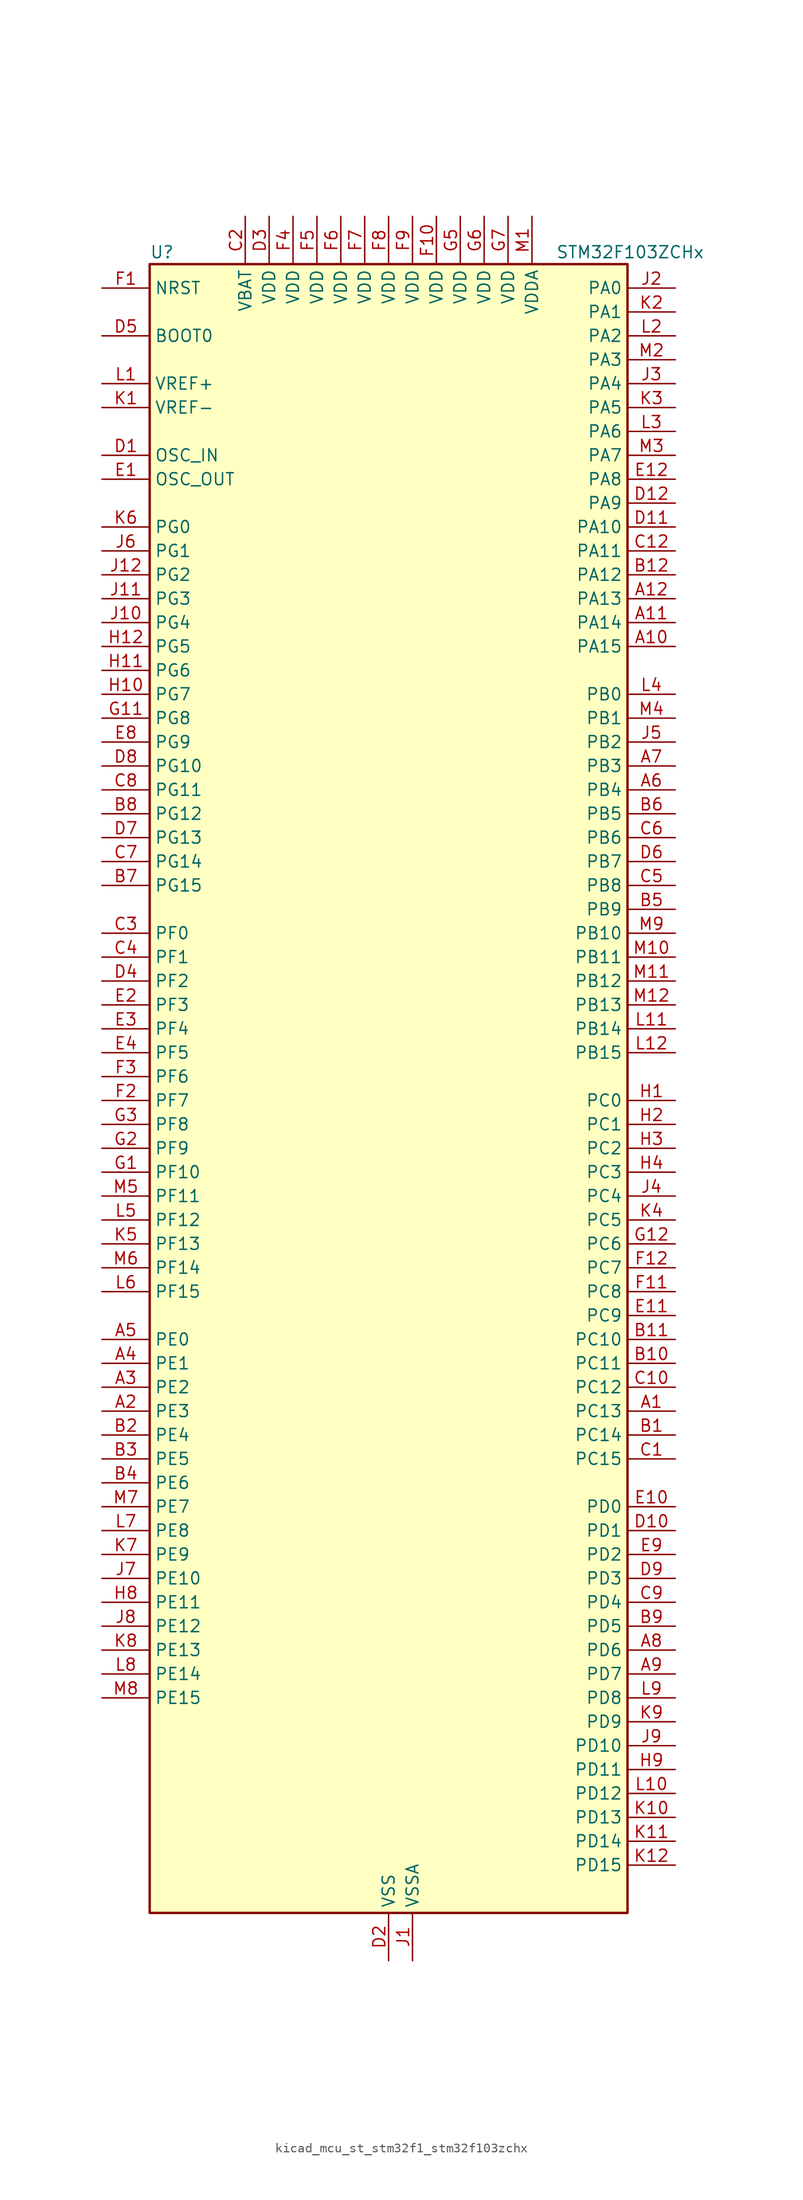
<source format=kicad_sym>
(kicad_symbol_lib
  (version 20220914)
  (generator kicad_symbol_editor)
  (symbol "kicad_mcu_st_stm32f1_stm32f103zchx"
    (property "Reference" "U"
      (at -25.4 90.17 0)
      (effects (font (size 1.27 1.27)) (justify left)))
    (property "Value" "STM32F103ZCHx"
      (at 17.78 90.17 0)
      (effects (font (size 1.27 1.27)) (justify left)))
    (property "ki_locked" ""
      (at 0 0 0)
      (effects (font (size 1.27 1.27))))
    (symbol "kicad_mcu_st_stm32f1_stm32f103zchx_0_1"
      (rectangle (start -25.4 -86.36) (end 25.4 88.9) (stroke (width 0.254) (type default)) (fill (type background))))
    (symbol "kicad_mcu_st_stm32f1_stm32f103zchx_1_1"
      (pin bidirectional line (at 30.48 -33.02 180) (length 5.08) (name "PC13" (effects (font (size 1.27 1.27)))) (number "A1" (effects (font (size 1.27 1.27)))) (alternate "RTC_OUT" bidirectional line) (alternate "RTC_TAMPER" bidirectional line))
      (pin bidirectional line (at 30.48 48.26 180) (length 5.08) (name "PA15" (effects (font (size 1.27 1.27)))) (number "A10" (effects (font (size 1.27 1.27)))) (alternate "ADC1_EXTI15" bidirectional line) (alternate "ADC2_EXTI15" bidirectional line) (alternate "I2S3_WS" bidirectional line) (alternate "SPI1_NSS" bidirectional line) (alternate "SPI3_NSS" bidirectional line) (alternate "SYS_JTDI" bidirectional line) (alternate "TIM2_CH1" bidirectional line) (alternate "TIM2_ETR" bidirectional line))
      (pin bidirectional line (at 30.48 50.8 180) (length 5.08) (name "PA14" (effects (font (size 1.27 1.27)))) (number "A11" (effects (font (size 1.27 1.27)))) (alternate "SYS_JTCK-SWCLK" bidirectional line))
      (pin bidirectional line (at 30.48 53.34 180) (length 5.08) (name "PA13" (effects (font (size 1.27 1.27)))) (number "A12" (effects (font (size 1.27 1.27)))) (alternate "SYS_JTMS-SWDIO" bidirectional line))
      (pin bidirectional line (at -30.48 -33.02 0) (length 5.08) (name "PE3" (effects (font (size 1.27 1.27)))) (number "A2" (effects (font (size 1.27 1.27)))) (alternate "FSMC_A19" bidirectional line) (alternate "SYS_TRACED0" bidirectional line))
      (pin bidirectional line (at -30.48 -30.48 0) (length 5.08) (name "PE2" (effects (font (size 1.27 1.27)))) (number "A3" (effects (font (size 1.27 1.27)))) (alternate "FSMC_A23" bidirectional line) (alternate "SYS_TRACECLK" bidirectional line))
      (pin bidirectional line (at -30.48 -27.94 0) (length 5.08) (name "PE1" (effects (font (size 1.27 1.27)))) (number "A4" (effects (font (size 1.27 1.27)))) (alternate "FSMC_NBL1" bidirectional line))
      (pin bidirectional line (at -30.48 -25.4 0) (length 5.08) (name "PE0" (effects (font (size 1.27 1.27)))) (number "A5" (effects (font (size 1.27 1.27)))) (alternate "FSMC_NBL0" bidirectional line) (alternate "TIM4_ETR" bidirectional line))
      (pin bidirectional line (at 30.48 33.02 180) (length 5.08) (name "PB4" (effects (font (size 1.27 1.27)))) (number "A6" (effects (font (size 1.27 1.27)))) (alternate "SPI1_MISO" bidirectional line) (alternate "SPI3_MISO" bidirectional line) (alternate "SYS_NJTRST" bidirectional line) (alternate "TIM3_CH1" bidirectional line))
      (pin bidirectional line (at 30.48 35.56 180) (length 5.08) (name "PB3" (effects (font (size 1.27 1.27)))) (number "A7" (effects (font (size 1.27 1.27)))) (alternate "I2S3_CK" bidirectional line) (alternate "SPI1_SCK" bidirectional line) (alternate "SPI3_SCK" bidirectional line) (alternate "SYS_JTDO-TRACESWO" bidirectional line) (alternate "TIM2_CH2" bidirectional line))
      (pin bidirectional line (at 30.48 -58.42 180) (length 5.08) (name "PD6" (effects (font (size 1.27 1.27)))) (number "A8" (effects (font (size 1.27 1.27)))) (alternate "FSMC_NWAIT" bidirectional line) (alternate "USART2_RX" bidirectional line))
      (pin bidirectional line (at 30.48 -60.96 180) (length 5.08) (name "PD7" (effects (font (size 1.27 1.27)))) (number "A9" (effects (font (size 1.27 1.27)))) (alternate "FSMC_NCE2" bidirectional line) (alternate "FSMC_NE1" bidirectional line) (alternate "USART2_CK" bidirectional line))
      (pin bidirectional line (at 30.48 -35.56 180) (length 5.08) (name "PC14" (effects (font (size 1.27 1.27)))) (number "B1" (effects (font (size 1.27 1.27)))) (alternate "RCC_OSC32_IN" bidirectional line))
      (pin bidirectional line (at 30.48 -27.94 180) (length 5.08) (name "PC11" (effects (font (size 1.27 1.27)))) (number "B10" (effects (font (size 1.27 1.27)))) (alternate "ADC1_EXTI11" bidirectional line) (alternate "ADC2_EXTI11" bidirectional line) (alternate "SDIO_D3" bidirectional line) (alternate "UART4_RX" bidirectional line) (alternate "USART3_RX" bidirectional line))
      (pin bidirectional line (at 30.48 -25.4 180) (length 5.08) (name "PC10" (effects (font (size 1.27 1.27)))) (number "B11" (effects (font (size 1.27 1.27)))) (alternate "SDIO_D2" bidirectional line) (alternate "UART4_TX" bidirectional line) (alternate "USART3_TX" bidirectional line))
      (pin bidirectional line (at 30.48 55.88 180) (length 5.08) (name "PA12" (effects (font (size 1.27 1.27)))) (number "B12" (effects (font (size 1.27 1.27)))) (alternate "CAN_TX" bidirectional line) (alternate "TIM1_ETR" bidirectional line) (alternate "USART1_RTS" bidirectional line) (alternate "USB_DP" bidirectional line))
      (pin bidirectional line (at -30.48 -35.56 0) (length 5.08) (name "PE4" (effects (font (size 1.27 1.27)))) (number "B2" (effects (font (size 1.27 1.27)))) (alternate "FSMC_A20" bidirectional line) (alternate "SYS_TRACED1" bidirectional line))
      (pin bidirectional line (at -30.48 -38.1 0) (length 5.08) (name "PE5" (effects (font (size 1.27 1.27)))) (number "B3" (effects (font (size 1.27 1.27)))) (alternate "FSMC_A21" bidirectional line) (alternate "SYS_TRACED2" bidirectional line))
      (pin bidirectional line (at -30.48 -40.64 0) (length 5.08) (name "PE6" (effects (font (size 1.27 1.27)))) (number "B4" (effects (font (size 1.27 1.27)))) (alternate "FSMC_A22" bidirectional line) (alternate "SYS_TRACED3" bidirectional line))
      (pin bidirectional line (at 30.48 20.32 180) (length 5.08) (name "PB9" (effects (font (size 1.27 1.27)))) (number "B5" (effects (font (size 1.27 1.27)))) (alternate "CAN_TX" bidirectional line) (alternate "DAC_EXTI9" bidirectional line) (alternate "I2C1_SDA" bidirectional line) (alternate "SDIO_D5" bidirectional line) (alternate "TIM4_CH4" bidirectional line))
      (pin bidirectional line (at 30.48 30.48 180) (length 5.08) (name "PB5" (effects (font (size 1.27 1.27)))) (number "B6" (effects (font (size 1.27 1.27)))) (alternate "I2C1_SMBA" bidirectional line) (alternate "I2S3_SD" bidirectional line) (alternate "SPI1_MOSI" bidirectional line) (alternate "SPI3_MOSI" bidirectional line) (alternate "TIM3_CH2" bidirectional line))
      (pin bidirectional line (at -30.48 22.86 0) (length 5.08) (name "PG15" (effects (font (size 1.27 1.27)))) (number "B7" (effects (font (size 1.27 1.27)))) (alternate "ADC1_EXTI15" bidirectional line) (alternate "ADC2_EXTI15" bidirectional line))
      (pin bidirectional line (at -30.48 30.48 0) (length 5.08) (name "PG12" (effects (font (size 1.27 1.27)))) (number "B8" (effects (font (size 1.27 1.27)))) (alternate "FSMC_NE4" bidirectional line))
      (pin bidirectional line (at 30.48 -55.88 180) (length 5.08) (name "PD5" (effects (font (size 1.27 1.27)))) (number "B9" (effects (font (size 1.27 1.27)))) (alternate "FSMC_NWE" bidirectional line) (alternate "USART2_TX" bidirectional line))
      (pin bidirectional line (at 30.48 -38.1 180) (length 5.08) (name "PC15" (effects (font (size 1.27 1.27)))) (number "C1" (effects (font (size 1.27 1.27)))) (alternate "ADC1_EXTI15" bidirectional line) (alternate "ADC2_EXTI15" bidirectional line) (alternate "RCC_OSC32_OUT" bidirectional line))
      (pin bidirectional line (at 30.48 -30.48 180) (length 5.08) (name "PC12" (effects (font (size 1.27 1.27)))) (number "C10" (effects (font (size 1.27 1.27)))) (alternate "SDIO_CK" bidirectional line) (alternate "UART5_TX" bidirectional line) (alternate "USART3_CK" bidirectional line))
      (pin no_connect line (at -25.4 -86.36 0) (length 5.08) hide (name "NC" (effects (font (size 1.27 1.27)))) (number "C11" (effects (font (size 1.27 1.27)))))
      (pin bidirectional line (at 30.48 58.42 180) (length 5.08) (name "PA11" (effects (font (size 1.27 1.27)))) (number "C12" (effects (font (size 1.27 1.27)))) (alternate "ADC1_EXTI11" bidirectional line) (alternate "ADC2_EXTI11" bidirectional line) (alternate "CAN_RX" bidirectional line) (alternate "TIM1_CH4" bidirectional line) (alternate "USART1_CTS" bidirectional line) (alternate "USB_DM" bidirectional line))
      (pin power_in line (at -15.24 93.98 270) (length 5.08) (name "VBAT" (effects (font (size 1.27 1.27)))) (number "C2" (effects (font (size 1.27 1.27)))))
      (pin bidirectional line (at -30.48 17.78 0) (length 5.08) (name "PF0" (effects (font (size 1.27 1.27)))) (number "C3" (effects (font (size 1.27 1.27)))) (alternate "FSMC_A0" bidirectional line))
      (pin bidirectional line (at -30.48 15.24 0) (length 5.08) (name "PF1" (effects (font (size 1.27 1.27)))) (number "C4" (effects (font (size 1.27 1.27)))) (alternate "FSMC_A1" bidirectional line))
      (pin bidirectional line (at 30.48 22.86 180) (length 5.08) (name "PB8" (effects (font (size 1.27 1.27)))) (number "C5" (effects (font (size 1.27 1.27)))) (alternate "CAN_RX" bidirectional line) (alternate "I2C1_SCL" bidirectional line) (alternate "SDIO_D4" bidirectional line) (alternate "TIM4_CH3" bidirectional line))
      (pin bidirectional line (at 30.48 27.94 180) (length 5.08) (name "PB6" (effects (font (size 1.27 1.27)))) (number "C6" (effects (font (size 1.27 1.27)))) (alternate "I2C1_SCL" bidirectional line) (alternate "TIM4_CH1" bidirectional line) (alternate "USART1_TX" bidirectional line))
      (pin bidirectional line (at -30.48 25.4 0) (length 5.08) (name "PG14" (effects (font (size 1.27 1.27)))) (number "C7" (effects (font (size 1.27 1.27)))) (alternate "FSMC_A25" bidirectional line))
      (pin bidirectional line (at -30.48 33.02 0) (length 5.08) (name "PG11" (effects (font (size 1.27 1.27)))) (number "C8" (effects (font (size 1.27 1.27)))) (alternate "ADC1_EXTI11" bidirectional line) (alternate "ADC2_EXTI11" bidirectional line) (alternate "FSMC_NCE4_2" bidirectional line))
      (pin bidirectional line (at 30.48 -53.34 180) (length 5.08) (name "PD4" (effects (font (size 1.27 1.27)))) (number "C9" (effects (font (size 1.27 1.27)))) (alternate "FSMC_NOE" bidirectional line) (alternate "USART2_RTS" bidirectional line))
      (pin input line (at -30.48 68.58 0) (length 5.08) (name "OSC_IN" (effects (font (size 1.27 1.27)))) (number "D1" (effects (font (size 1.27 1.27)))) (alternate "RCC_OSC_IN" bidirectional line))
      (pin bidirectional line (at 30.48 -45.72 180) (length 5.08) (name "PD1" (effects (font (size 1.27 1.27)))) (number "D10" (effects (font (size 1.27 1.27)))) (alternate "CAN_TX" bidirectional line) (alternate "FSMC_D3" bidirectional line) (alternate "FSMC_DA3" bidirectional line))
      (pin bidirectional line (at 30.48 60.96 180) (length 5.08) (name "PA10" (effects (font (size 1.27 1.27)))) (number "D11" (effects (font (size 1.27 1.27)))) (alternate "TIM1_CH3" bidirectional line) (alternate "USART1_RX" bidirectional line))
      (pin bidirectional line (at 30.48 63.5 180) (length 5.08) (name "PA9" (effects (font (size 1.27 1.27)))) (number "D12" (effects (font (size 1.27 1.27)))) (alternate "DAC_EXTI9" bidirectional line) (alternate "TIM1_CH2" bidirectional line) (alternate "USART1_TX" bidirectional line))
      (pin power_in line (at 0 -91.44 90) (length 5.08) (name "VSS" (effects (font (size 1.27 1.27)))) (number "D2" (effects (font (size 1.27 1.27)))))
      (pin power_in line (at -12.7 93.98 270) (length 5.08) (name "VDD" (effects (font (size 1.27 1.27)))) (number "D3" (effects (font (size 1.27 1.27)))))
      (pin bidirectional line (at -30.48 12.7 0) (length 5.08) (name "PF2" (effects (font (size 1.27 1.27)))) (number "D4" (effects (font (size 1.27 1.27)))) (alternate "FSMC_A2" bidirectional line))
      (pin input line (at -30.48 81.28 0) (length 5.08) (name "BOOT0" (effects (font (size 1.27 1.27)))) (number "D5" (effects (font (size 1.27 1.27)))))
      (pin bidirectional line (at 30.48 25.4 180) (length 5.08) (name "PB7" (effects (font (size 1.27 1.27)))) (number "D6" (effects (font (size 1.27 1.27)))) (alternate "FSMC_NL" bidirectional line) (alternate "I2C1_SDA" bidirectional line) (alternate "TIM4_CH2" bidirectional line) (alternate "USART1_RX" bidirectional line))
      (pin bidirectional line (at -30.48 27.94 0) (length 5.08) (name "PG13" (effects (font (size 1.27 1.27)))) (number "D7" (effects (font (size 1.27 1.27)))) (alternate "FSMC_A24" bidirectional line))
      (pin bidirectional line (at -30.48 35.56 0) (length 5.08) (name "PG10" (effects (font (size 1.27 1.27)))) (number "D8" (effects (font (size 1.27 1.27)))) (alternate "FSMC_NCE4_1" bidirectional line) (alternate "FSMC_NE3" bidirectional line))
      (pin bidirectional line (at 30.48 -50.8 180) (length 5.08) (name "PD3" (effects (font (size 1.27 1.27)))) (number "D9" (effects (font (size 1.27 1.27)))) (alternate "FSMC_CLK" bidirectional line) (alternate "USART2_CTS" bidirectional line))
      (pin input line (at -30.48 66.04 0) (length 5.08) (name "OSC_OUT" (effects (font (size 1.27 1.27)))) (number "E1" (effects (font (size 1.27 1.27)))) (alternate "RCC_OSC_OUT" bidirectional line))
      (pin bidirectional line (at 30.48 -43.18 180) (length 5.08) (name "PD0" (effects (font (size 1.27 1.27)))) (number "E10" (effects (font (size 1.27 1.27)))) (alternate "CAN_RX" bidirectional line) (alternate "FSMC_D2" bidirectional line) (alternate "FSMC_DA2" bidirectional line))
      (pin bidirectional line (at 30.48 -22.86 180) (length 5.08) (name "PC9" (effects (font (size 1.27 1.27)))) (number "E11" (effects (font (size 1.27 1.27)))) (alternate "DAC_EXTI9" bidirectional line) (alternate "SDIO_D1" bidirectional line) (alternate "TIM3_CH4" bidirectional line) (alternate "TIM8_CH4" bidirectional line))
      (pin bidirectional line (at 30.48 66.04 180) (length 5.08) (name "PA8" (effects (font (size 1.27 1.27)))) (number "E12" (effects (font (size 1.27 1.27)))) (alternate "RCC_MCO" bidirectional line) (alternate "TIM1_CH1" bidirectional line) (alternate "USART1_CK" bidirectional line))
      (pin bidirectional line (at -30.48 10.16 0) (length 5.08) (name "PF3" (effects (font (size 1.27 1.27)))) (number "E2" (effects (font (size 1.27 1.27)))) (alternate "FSMC_A3" bidirectional line))
      (pin bidirectional line (at -30.48 7.62 0) (length 5.08) (name "PF4" (effects (font (size 1.27 1.27)))) (number "E3" (effects (font (size 1.27 1.27)))) (alternate "FSMC_A4" bidirectional line))
      (pin bidirectional line (at -30.48 5.08 0) (length 5.08) (name "PF5" (effects (font (size 1.27 1.27)))) (number "E4" (effects (font (size 1.27 1.27)))) (alternate "FSMC_A5" bidirectional line))
      (pin passive line (at 0 -91.44 90) (length 5.08) hide (name "VSS" (effects (font (size 1.27 1.27)))) (number "E5" (effects (font (size 1.27 1.27)))))
      (pin passive line (at 0 -91.44 90) (length 5.08) hide (name "VSS" (effects (font (size 1.27 1.27)))) (number "E6" (effects (font (size 1.27 1.27)))))
      (pin passive line (at 0 -91.44 90) (length 5.08) hide (name "VSS" (effects (font (size 1.27 1.27)))) (number "E7" (effects (font (size 1.27 1.27)))))
      (pin bidirectional line (at -30.48 38.1 0) (length 5.08) (name "PG9" (effects (font (size 1.27 1.27)))) (number "E8" (effects (font (size 1.27 1.27)))) (alternate "DAC_EXTI9" bidirectional line) (alternate "FSMC_NCE3" bidirectional line) (alternate "FSMC_NE2" bidirectional line))
      (pin bidirectional line (at 30.48 -48.26 180) (length 5.08) (name "PD2" (effects (font (size 1.27 1.27)))) (number "E9" (effects (font (size 1.27 1.27)))) (alternate "SDIO_CMD" bidirectional line) (alternate "TIM3_ETR" bidirectional line) (alternate "UART5_RX" bidirectional line))
      (pin input line (at -30.48 86.36 0) (length 5.08) (name "NRST" (effects (font (size 1.27 1.27)))) (number "F1" (effects (font (size 1.27 1.27)))))
      (pin power_in line (at 5.08 93.98 270) (length 5.08) (name "VDD" (effects (font (size 1.27 1.27)))) (number "F10" (effects (font (size 1.27 1.27)))))
      (pin bidirectional line (at 30.48 -20.32 180) (length 5.08) (name "PC8" (effects (font (size 1.27 1.27)))) (number "F11" (effects (font (size 1.27 1.27)))) (alternate "SDIO_D0" bidirectional line) (alternate "TIM3_CH3" bidirectional line) (alternate "TIM8_CH3" bidirectional line))
      (pin bidirectional line (at 30.48 -17.78 180) (length 5.08) (name "PC7" (effects (font (size 1.27 1.27)))) (number "F12" (effects (font (size 1.27 1.27)))) (alternate "I2S3_MCK" bidirectional line) (alternate "SDIO_D7" bidirectional line) (alternate "TIM3_CH2" bidirectional line) (alternate "TIM8_CH2" bidirectional line))
      (pin bidirectional line (at -30.48 0 0) (length 5.08) (name "PF7" (effects (font (size 1.27 1.27)))) (number "F2" (effects (font (size 1.27 1.27)))) (alternate "ADC3_IN5" bidirectional line) (alternate "FSMC_NREG" bidirectional line))
      (pin bidirectional line (at -30.48 2.54 0) (length 5.08) (name "PF6" (effects (font (size 1.27 1.27)))) (number "F3" (effects (font (size 1.27 1.27)))) (alternate "ADC3_IN4" bidirectional line) (alternate "FSMC_NIORD" bidirectional line))
      (pin power_in line (at -10.16 93.98 270) (length 5.08) (name "VDD" (effects (font (size 1.27 1.27)))) (number "F4" (effects (font (size 1.27 1.27)))))
      (pin power_in line (at -7.62 93.98 270) (length 5.08) (name "VDD" (effects (font (size 1.27 1.27)))) (number "F5" (effects (font (size 1.27 1.27)))))
      (pin power_in line (at -5.08 93.98 270) (length 5.08) (name "VDD" (effects (font (size 1.27 1.27)))) (number "F6" (effects (font (size 1.27 1.27)))))
      (pin power_in line (at -2.54 93.98 270) (length 5.08) (name "VDD" (effects (font (size 1.27 1.27)))) (number "F7" (effects (font (size 1.27 1.27)))))
      (pin power_in line (at 0 93.98 270) (length 5.08) (name "VDD" (effects (font (size 1.27 1.27)))) (number "F8" (effects (font (size 1.27 1.27)))))
      (pin power_in line (at 2.54 93.98 270) (length 5.08) (name "VDD" (effects (font (size 1.27 1.27)))) (number "F9" (effects (font (size 1.27 1.27)))))
      (pin bidirectional line (at -30.48 -7.62 0) (length 5.08) (name "PF10" (effects (font (size 1.27 1.27)))) (number "G1" (effects (font (size 1.27 1.27)))) (alternate "ADC3_IN8" bidirectional line) (alternate "FSMC_INTR" bidirectional line))
      (pin passive line (at 0 -91.44 90) (length 5.08) hide (name "VSS" (effects (font (size 1.27 1.27)))) (number "G10" (effects (font (size 1.27 1.27)))))
      (pin bidirectional line (at -30.48 40.64 0) (length 5.08) (name "PG8" (effects (font (size 1.27 1.27)))) (number "G11" (effects (font (size 1.27 1.27)))))
      (pin bidirectional line (at 30.48 -15.24 180) (length 5.08) (name "PC6" (effects (font (size 1.27 1.27)))) (number "G12" (effects (font (size 1.27 1.27)))) (alternate "I2S2_MCK" bidirectional line) (alternate "SDIO_D6" bidirectional line) (alternate "TIM3_CH1" bidirectional line) (alternate "TIM8_CH1" bidirectional line))
      (pin bidirectional line (at -30.48 -5.08 0) (length 5.08) (name "PF9" (effects (font (size 1.27 1.27)))) (number "G2" (effects (font (size 1.27 1.27)))) (alternate "ADC3_IN7" bidirectional line) (alternate "DAC_EXTI9" bidirectional line) (alternate "FSMC_CD" bidirectional line))
      (pin bidirectional line (at -30.48 -2.54 0) (length 5.08) (name "PF8" (effects (font (size 1.27 1.27)))) (number "G3" (effects (font (size 1.27 1.27)))) (alternate "ADC3_IN6" bidirectional line) (alternate "FSMC_NIOWR" bidirectional line))
      (pin passive line (at 0 -91.44 90) (length 5.08) hide (name "VSS" (effects (font (size 1.27 1.27)))) (number "G4" (effects (font (size 1.27 1.27)))))
      (pin power_in line (at 7.62 93.98 270) (length 5.08) (name "VDD" (effects (font (size 1.27 1.27)))) (number "G5" (effects (font (size 1.27 1.27)))))
      (pin power_in line (at 10.16 93.98 270) (length 5.08) (name "VDD" (effects (font (size 1.27 1.27)))) (number "G6" (effects (font (size 1.27 1.27)))))
      (pin power_in line (at 12.7 93.98 270) (length 5.08) (name "VDD" (effects (font (size 1.27 1.27)))) (number "G7" (effects (font (size 1.27 1.27)))))
      (pin passive line (at 0 -91.44 90) (length 5.08) hide (name "VSS" (effects (font (size 1.27 1.27)))) (number "G8" (effects (font (size 1.27 1.27)))))
      (pin passive line (at 0 -91.44 90) (length 5.08) hide (name "VSS" (effects (font (size 1.27 1.27)))) (number "G9" (effects (font (size 1.27 1.27)))))
      (pin bidirectional line (at 30.48 0 180) (length 5.08) (name "PC0" (effects (font (size 1.27 1.27)))) (number "H1" (effects (font (size 1.27 1.27)))) (alternate "ADC1_IN10" bidirectional line) (alternate "ADC2_IN10" bidirectional line) (alternate "ADC3_IN10" bidirectional line))
      (pin bidirectional line (at -30.48 43.18 0) (length 5.08) (name "PG7" (effects (font (size 1.27 1.27)))) (number "H10" (effects (font (size 1.27 1.27)))) (alternate "FSMC_INT3" bidirectional line))
      (pin bidirectional line (at -30.48 45.72 0) (length 5.08) (name "PG6" (effects (font (size 1.27 1.27)))) (number "H11" (effects (font (size 1.27 1.27)))) (alternate "FSMC_INT2" bidirectional line))
      (pin bidirectional line (at -30.48 48.26 0) (length 5.08) (name "PG5" (effects (font (size 1.27 1.27)))) (number "H12" (effects (font (size 1.27 1.27)))) (alternate "FSMC_A15" bidirectional line))
      (pin bidirectional line (at 30.48 -2.54 180) (length 5.08) (name "PC1" (effects (font (size 1.27 1.27)))) (number "H2" (effects (font (size 1.27 1.27)))) (alternate "ADC1_IN11" bidirectional line) (alternate "ADC2_IN11" bidirectional line) (alternate "ADC3_IN11" bidirectional line))
      (pin bidirectional line (at 30.48 -5.08 180) (length 5.08) (name "PC2" (effects (font (size 1.27 1.27)))) (number "H3" (effects (font (size 1.27 1.27)))) (alternate "ADC1_IN12" bidirectional line) (alternate "ADC2_IN12" bidirectional line) (alternate "ADC3_IN12" bidirectional line))
      (pin bidirectional line (at 30.48 -7.62 180) (length 5.08) (name "PC3" (effects (font (size 1.27 1.27)))) (number "H4" (effects (font (size 1.27 1.27)))) (alternate "ADC1_IN13" bidirectional line) (alternate "ADC2_IN13" bidirectional line) (alternate "ADC3_IN13" bidirectional line))
      (pin passive line (at 0 -91.44 90) (length 5.08) hide (name "VSS" (effects (font (size 1.27 1.27)))) (number "H5" (effects (font (size 1.27 1.27)))))
      (pin passive line (at 0 -91.44 90) (length 5.08) hide (name "VSS" (effects (font (size 1.27 1.27)))) (number "H6" (effects (font (size 1.27 1.27)))))
      (pin passive line (at 0 -91.44 90) (length 5.08) hide (name "VSS" (effects (font (size 1.27 1.27)))) (number "H7" (effects (font (size 1.27 1.27)))))
      (pin bidirectional line (at -30.48 -53.34 0) (length 5.08) (name "PE11" (effects (font (size 1.27 1.27)))) (number "H8" (effects (font (size 1.27 1.27)))) (alternate "ADC1_EXTI11" bidirectional line) (alternate "ADC2_EXTI11" bidirectional line) (alternate "FSMC_D8" bidirectional line) (alternate "FSMC_DA8" bidirectional line) (alternate "TIM1_CH2" bidirectional line))
      (pin bidirectional line (at 30.48 -71.12 180) (length 5.08) (name "PD11" (effects (font (size 1.27 1.27)))) (number "H9" (effects (font (size 1.27 1.27)))) (alternate "ADC1_EXTI11" bidirectional line) (alternate "ADC2_EXTI11" bidirectional line) (alternate "FSMC_A16" bidirectional line) (alternate "FSMC_CLE" bidirectional line) (alternate "USART3_CTS" bidirectional line))
      (pin power_in line (at 2.54 -91.44 90) (length 5.08) (name "VSSA" (effects (font (size 1.27 1.27)))) (number "J1" (effects (font (size 1.27 1.27)))))
      (pin bidirectional line (at -30.48 50.8 0) (length 5.08) (name "PG4" (effects (font (size 1.27 1.27)))) (number "J10" (effects (font (size 1.27 1.27)))) (alternate "FSMC_A14" bidirectional line))
      (pin bidirectional line (at -30.48 53.34 0) (length 5.08) (name "PG3" (effects (font (size 1.27 1.27)))) (number "J11" (effects (font (size 1.27 1.27)))) (alternate "FSMC_A13" bidirectional line))
      (pin bidirectional line (at -30.48 55.88 0) (length 5.08) (name "PG2" (effects (font (size 1.27 1.27)))) (number "J12" (effects (font (size 1.27 1.27)))) (alternate "FSMC_A12" bidirectional line))
      (pin bidirectional line (at 30.48 86.36 180) (length 5.08) (name "PA0" (effects (font (size 1.27 1.27)))) (number "J2" (effects (font (size 1.27 1.27)))) (alternate "ADC1_IN0" bidirectional line) (alternate "ADC2_IN0" bidirectional line) (alternate "ADC3_IN0" bidirectional line) (alternate "SYS_WKUP" bidirectional line) (alternate "TIM2_CH1" bidirectional line) (alternate "TIM2_ETR" bidirectional line) (alternate "TIM5_CH1" bidirectional line) (alternate "TIM8_ETR" bidirectional line) (alternate "USART2_CTS" bidirectional line))
      (pin bidirectional line (at 30.48 76.2 180) (length 5.08) (name "PA4" (effects (font (size 1.27 1.27)))) (number "J3" (effects (font (size 1.27 1.27)))) (alternate "ADC1_IN4" bidirectional line) (alternate "ADC2_IN4" bidirectional line) (alternate "DAC_OUT1" bidirectional line) (alternate "SPI1_NSS" bidirectional line) (alternate "USART2_CK" bidirectional line))
      (pin bidirectional line (at 30.48 -10.16 180) (length 5.08) (name "PC4" (effects (font (size 1.27 1.27)))) (number "J4" (effects (font (size 1.27 1.27)))) (alternate "ADC1_IN14" bidirectional line) (alternate "ADC2_IN14" bidirectional line))
      (pin bidirectional line (at 30.48 38.1 180) (length 5.08) (name "PB2" (effects (font (size 1.27 1.27)))) (number "J5" (effects (font (size 1.27 1.27)))))
      (pin bidirectional line (at -30.48 58.42 0) (length 5.08) (name "PG1" (effects (font (size 1.27 1.27)))) (number "J6" (effects (font (size 1.27 1.27)))) (alternate "FSMC_A11" bidirectional line))
      (pin bidirectional line (at -30.48 -50.8 0) (length 5.08) (name "PE10" (effects (font (size 1.27 1.27)))) (number "J7" (effects (font (size 1.27 1.27)))) (alternate "FSMC_D7" bidirectional line) (alternate "FSMC_DA7" bidirectional line) (alternate "TIM1_CH2N" bidirectional line))
      (pin bidirectional line (at -30.48 -55.88 0) (length 5.08) (name "PE12" (effects (font (size 1.27 1.27)))) (number "J8" (effects (font (size 1.27 1.27)))) (alternate "FSMC_D9" bidirectional line) (alternate "FSMC_DA9" bidirectional line) (alternate "TIM1_CH3N" bidirectional line))
      (pin bidirectional line (at 30.48 -68.58 180) (length 5.08) (name "PD10" (effects (font (size 1.27 1.27)))) (number "J9" (effects (font (size 1.27 1.27)))) (alternate "FSMC_D15" bidirectional line) (alternate "FSMC_DA15" bidirectional line) (alternate "USART3_CK" bidirectional line))
      (pin input line (at -30.48 73.66 0) (length 5.08) (name "VREF-" (effects (font (size 1.27 1.27)))) (number "K1" (effects (font (size 1.27 1.27)))))
      (pin bidirectional line (at 30.48 -76.2 180) (length 5.08) (name "PD13" (effects (font (size 1.27 1.27)))) (number "K10" (effects (font (size 1.27 1.27)))) (alternate "FSMC_A18" bidirectional line) (alternate "TIM4_CH2" bidirectional line))
      (pin bidirectional line (at 30.48 -78.74 180) (length 5.08) (name "PD14" (effects (font (size 1.27 1.27)))) (number "K11" (effects (font (size 1.27 1.27)))) (alternate "FSMC_D0" bidirectional line) (alternate "FSMC_DA0" bidirectional line) (alternate "TIM4_CH3" bidirectional line))
      (pin bidirectional line (at 30.48 -81.28 180) (length 5.08) (name "PD15" (effects (font (size 1.27 1.27)))) (number "K12" (effects (font (size 1.27 1.27)))) (alternate "ADC1_EXTI15" bidirectional line) (alternate "ADC2_EXTI15" bidirectional line) (alternate "FSMC_D1" bidirectional line) (alternate "FSMC_DA1" bidirectional line) (alternate "TIM4_CH4" bidirectional line))
      (pin bidirectional line (at 30.48 83.82 180) (length 5.08) (name "PA1" (effects (font (size 1.27 1.27)))) (number "K2" (effects (font (size 1.27 1.27)))) (alternate "ADC1_IN1" bidirectional line) (alternate "ADC2_IN1" bidirectional line) (alternate "ADC3_IN1" bidirectional line) (alternate "TIM2_CH2" bidirectional line) (alternate "TIM5_CH2" bidirectional line) (alternate "USART2_RTS" bidirectional line))
      (pin bidirectional line (at 30.48 73.66 180) (length 5.08) (name "PA5" (effects (font (size 1.27 1.27)))) (number "K3" (effects (font (size 1.27 1.27)))) (alternate "ADC1_IN5" bidirectional line) (alternate "ADC2_IN5" bidirectional line) (alternate "DAC_OUT2" bidirectional line) (alternate "SPI1_SCK" bidirectional line))
      (pin bidirectional line (at 30.48 -12.7 180) (length 5.08) (name "PC5" (effects (font (size 1.27 1.27)))) (number "K4" (effects (font (size 1.27 1.27)))) (alternate "ADC1_IN15" bidirectional line) (alternate "ADC2_IN15" bidirectional line))
      (pin bidirectional line (at -30.48 -15.24 0) (length 5.08) (name "PF13" (effects (font (size 1.27 1.27)))) (number "K5" (effects (font (size 1.27 1.27)))) (alternate "FSMC_A7" bidirectional line))
      (pin bidirectional line (at -30.48 60.96 0) (length 5.08) (name "PG0" (effects (font (size 1.27 1.27)))) (number "K6" (effects (font (size 1.27 1.27)))) (alternate "FSMC_A10" bidirectional line))
      (pin bidirectional line (at -30.48 -48.26 0) (length 5.08) (name "PE9" (effects (font (size 1.27 1.27)))) (number "K7" (effects (font (size 1.27 1.27)))) (alternate "DAC_EXTI9" bidirectional line) (alternate "FSMC_D6" bidirectional line) (alternate "FSMC_DA6" bidirectional line) (alternate "TIM1_CH1" bidirectional line))
      (pin bidirectional line (at -30.48 -58.42 0) (length 5.08) (name "PE13" (effects (font (size 1.27 1.27)))) (number "K8" (effects (font (size 1.27 1.27)))) (alternate "FSMC_D10" bidirectional line) (alternate "FSMC_DA10" bidirectional line) (alternate "TIM1_CH3" bidirectional line))
      (pin bidirectional line (at 30.48 -66.04 180) (length 5.08) (name "PD9" (effects (font (size 1.27 1.27)))) (number "K9" (effects (font (size 1.27 1.27)))) (alternate "DAC_EXTI9" bidirectional line) (alternate "FSMC_D14" bidirectional line) (alternate "FSMC_DA14" bidirectional line) (alternate "USART3_RX" bidirectional line))
      (pin input line (at -30.48 76.2 0) (length 5.08) (name "VREF+" (effects (font (size 1.27 1.27)))) (number "L1" (effects (font (size 1.27 1.27)))))
      (pin bidirectional line (at 30.48 -73.66 180) (length 5.08) (name "PD12" (effects (font (size 1.27 1.27)))) (number "L10" (effects (font (size 1.27 1.27)))) (alternate "FSMC_A17" bidirectional line) (alternate "FSMC_ALE" bidirectional line) (alternate "TIM4_CH1" bidirectional line) (alternate "USART3_RTS" bidirectional line))
      (pin bidirectional line (at 30.48 7.62 180) (length 5.08) (name "PB14" (effects (font (size 1.27 1.27)))) (number "L11" (effects (font (size 1.27 1.27)))) (alternate "SPI2_MISO" bidirectional line) (alternate "TIM1_CH2N" bidirectional line) (alternate "USART3_RTS" bidirectional line))
      (pin bidirectional line (at 30.48 5.08 180) (length 5.08) (name "PB15" (effects (font (size 1.27 1.27)))) (number "L12" (effects (font (size 1.27 1.27)))) (alternate "ADC1_EXTI15" bidirectional line) (alternate "ADC2_EXTI15" bidirectional line) (alternate "I2S2_SD" bidirectional line) (alternate "SPI2_MOSI" bidirectional line) (alternate "TIM1_CH3N" bidirectional line))
      (pin bidirectional line (at 30.48 81.28 180) (length 5.08) (name "PA2" (effects (font (size 1.27 1.27)))) (number "L2" (effects (font (size 1.27 1.27)))) (alternate "ADC1_IN2" bidirectional line) (alternate "ADC2_IN2" bidirectional line) (alternate "ADC3_IN2" bidirectional line) (alternate "TIM2_CH3" bidirectional line) (alternate "TIM5_CH3" bidirectional line) (alternate "USART2_TX" bidirectional line))
      (pin bidirectional line (at 30.48 71.12 180) (length 5.08) (name "PA6" (effects (font (size 1.27 1.27)))) (number "L3" (effects (font (size 1.27 1.27)))) (alternate "ADC1_IN6" bidirectional line) (alternate "ADC2_IN6" bidirectional line) (alternate "SPI1_MISO" bidirectional line) (alternate "TIM1_BKIN" bidirectional line) (alternate "TIM3_CH1" bidirectional line) (alternate "TIM8_BKIN" bidirectional line))
      (pin bidirectional line (at 30.48 43.18 180) (length 5.08) (name "PB0" (effects (font (size 1.27 1.27)))) (number "L4" (effects (font (size 1.27 1.27)))) (alternate "ADC1_IN8" bidirectional line) (alternate "ADC2_IN8" bidirectional line) (alternate "TIM1_CH2N" bidirectional line) (alternate "TIM3_CH3" bidirectional line) (alternate "TIM8_CH2N" bidirectional line))
      (pin bidirectional line (at -30.48 -12.7 0) (length 5.08) (name "PF12" (effects (font (size 1.27 1.27)))) (number "L5" (effects (font (size 1.27 1.27)))) (alternate "FSMC_A6" bidirectional line))
      (pin bidirectional line (at -30.48 -20.32 0) (length 5.08) (name "PF15" (effects (font (size 1.27 1.27)))) (number "L6" (effects (font (size 1.27 1.27)))) (alternate "ADC1_EXTI15" bidirectional line) (alternate "ADC2_EXTI15" bidirectional line) (alternate "FSMC_A9" bidirectional line))
      (pin bidirectional line (at -30.48 -45.72 0) (length 5.08) (name "PE8" (effects (font (size 1.27 1.27)))) (number "L7" (effects (font (size 1.27 1.27)))) (alternate "FSMC_D5" bidirectional line) (alternate "FSMC_DA5" bidirectional line) (alternate "TIM1_CH1N" bidirectional line))
      (pin bidirectional line (at -30.48 -60.96 0) (length 5.08) (name "PE14" (effects (font (size 1.27 1.27)))) (number "L8" (effects (font (size 1.27 1.27)))) (alternate "FSMC_D11" bidirectional line) (alternate "FSMC_DA11" bidirectional line) (alternate "TIM1_CH4" bidirectional line))
      (pin bidirectional line (at 30.48 -63.5 180) (length 5.08) (name "PD8" (effects (font (size 1.27 1.27)))) (number "L9" (effects (font (size 1.27 1.27)))) (alternate "FSMC_D13" bidirectional line) (alternate "FSMC_DA13" bidirectional line) (alternate "USART3_TX" bidirectional line))
      (pin power_in line (at 15.24 93.98 270) (length 5.08) (name "VDDA" (effects (font (size 1.27 1.27)))) (number "M1" (effects (font (size 1.27 1.27)))))
      (pin bidirectional line (at 30.48 15.24 180) (length 5.08) (name "PB11" (effects (font (size 1.27 1.27)))) (number "M10" (effects (font (size 1.27 1.27)))) (alternate "ADC1_EXTI11" bidirectional line) (alternate "ADC2_EXTI11" bidirectional line) (alternate "I2C2_SDA" bidirectional line) (alternate "TIM2_CH4" bidirectional line) (alternate "USART3_RX" bidirectional line))
      (pin bidirectional line (at 30.48 12.7 180) (length 5.08) (name "PB12" (effects (font (size 1.27 1.27)))) (number "M11" (effects (font (size 1.27 1.27)))) (alternate "I2C2_SMBA" bidirectional line) (alternate "I2S2_WS" bidirectional line) (alternate "SPI2_NSS" bidirectional line) (alternate "TIM1_BKIN" bidirectional line) (alternate "USART3_CK" bidirectional line))
      (pin bidirectional line (at 30.48 10.16 180) (length 5.08) (name "PB13" (effects (font (size 1.27 1.27)))) (number "M12" (effects (font (size 1.27 1.27)))) (alternate "I2S2_CK" bidirectional line) (alternate "SPI2_SCK" bidirectional line) (alternate "TIM1_CH1N" bidirectional line) (alternate "USART3_CTS" bidirectional line))
      (pin bidirectional line (at 30.48 78.74 180) (length 5.08) (name "PA3" (effects (font (size 1.27 1.27)))) (number "M2" (effects (font (size 1.27 1.27)))) (alternate "ADC1_IN3" bidirectional line) (alternate "ADC2_IN3" bidirectional line) (alternate "ADC3_IN3" bidirectional line) (alternate "TIM2_CH4" bidirectional line) (alternate "TIM5_CH4" bidirectional line) (alternate "USART2_RX" bidirectional line))
      (pin bidirectional line (at 30.48 68.58 180) (length 5.08) (name "PA7" (effects (font (size 1.27 1.27)))) (number "M3" (effects (font (size 1.27 1.27)))) (alternate "ADC1_IN7" bidirectional line) (alternate "ADC2_IN7" bidirectional line) (alternate "SPI1_MOSI" bidirectional line) (alternate "TIM1_CH1N" bidirectional line) (alternate "TIM3_CH2" bidirectional line) (alternate "TIM8_CH1N" bidirectional line))
      (pin bidirectional line (at 30.48 40.64 180) (length 5.08) (name "PB1" (effects (font (size 1.27 1.27)))) (number "M4" (effects (font (size 1.27 1.27)))) (alternate "ADC1_IN9" bidirectional line) (alternate "ADC2_IN9" bidirectional line) (alternate "TIM1_CH3N" bidirectional line) (alternate "TIM3_CH4" bidirectional line) (alternate "TIM8_CH3N" bidirectional line))
      (pin bidirectional line (at -30.48 -10.16 0) (length 5.08) (name "PF11" (effects (font (size 1.27 1.27)))) (number "M5" (effects (font (size 1.27 1.27)))) (alternate "ADC1_EXTI11" bidirectional line) (alternate "ADC2_EXTI11" bidirectional line) (alternate "FSMC_NIOS16" bidirectional line))
      (pin bidirectional line (at -30.48 -17.78 0) (length 5.08) (name "PF14" (effects (font (size 1.27 1.27)))) (number "M6" (effects (font (size 1.27 1.27)))) (alternate "FSMC_A8" bidirectional line))
      (pin bidirectional line (at -30.48 -43.18 0) (length 5.08) (name "PE7" (effects (font (size 1.27 1.27)))) (number "M7" (effects (font (size 1.27 1.27)))) (alternate "FSMC_D4" bidirectional line) (alternate "FSMC_DA4" bidirectional line) (alternate "TIM1_ETR" bidirectional line))
      (pin bidirectional line (at -30.48 -63.5 0) (length 5.08) (name "PE15" (effects (font (size 1.27 1.27)))) (number "M8" (effects (font (size 1.27 1.27)))) (alternate "ADC1_EXTI15" bidirectional line) (alternate "ADC2_EXTI15" bidirectional line) (alternate "FSMC_D12" bidirectional line) (alternate "FSMC_DA12" bidirectional line) (alternate "TIM1_BKIN" bidirectional line))
      (pin bidirectional line (at 30.48 17.78 180) (length 5.08) (name "PB10" (effects (font (size 1.27 1.27)))) (number "M9" (effects (font (size 1.27 1.27)))) (alternate "I2C2_SCL" bidirectional line) (alternate "TIM2_CH3" bidirectional line) (alternate "USART3_TX" bidirectional line)))))
</source>
